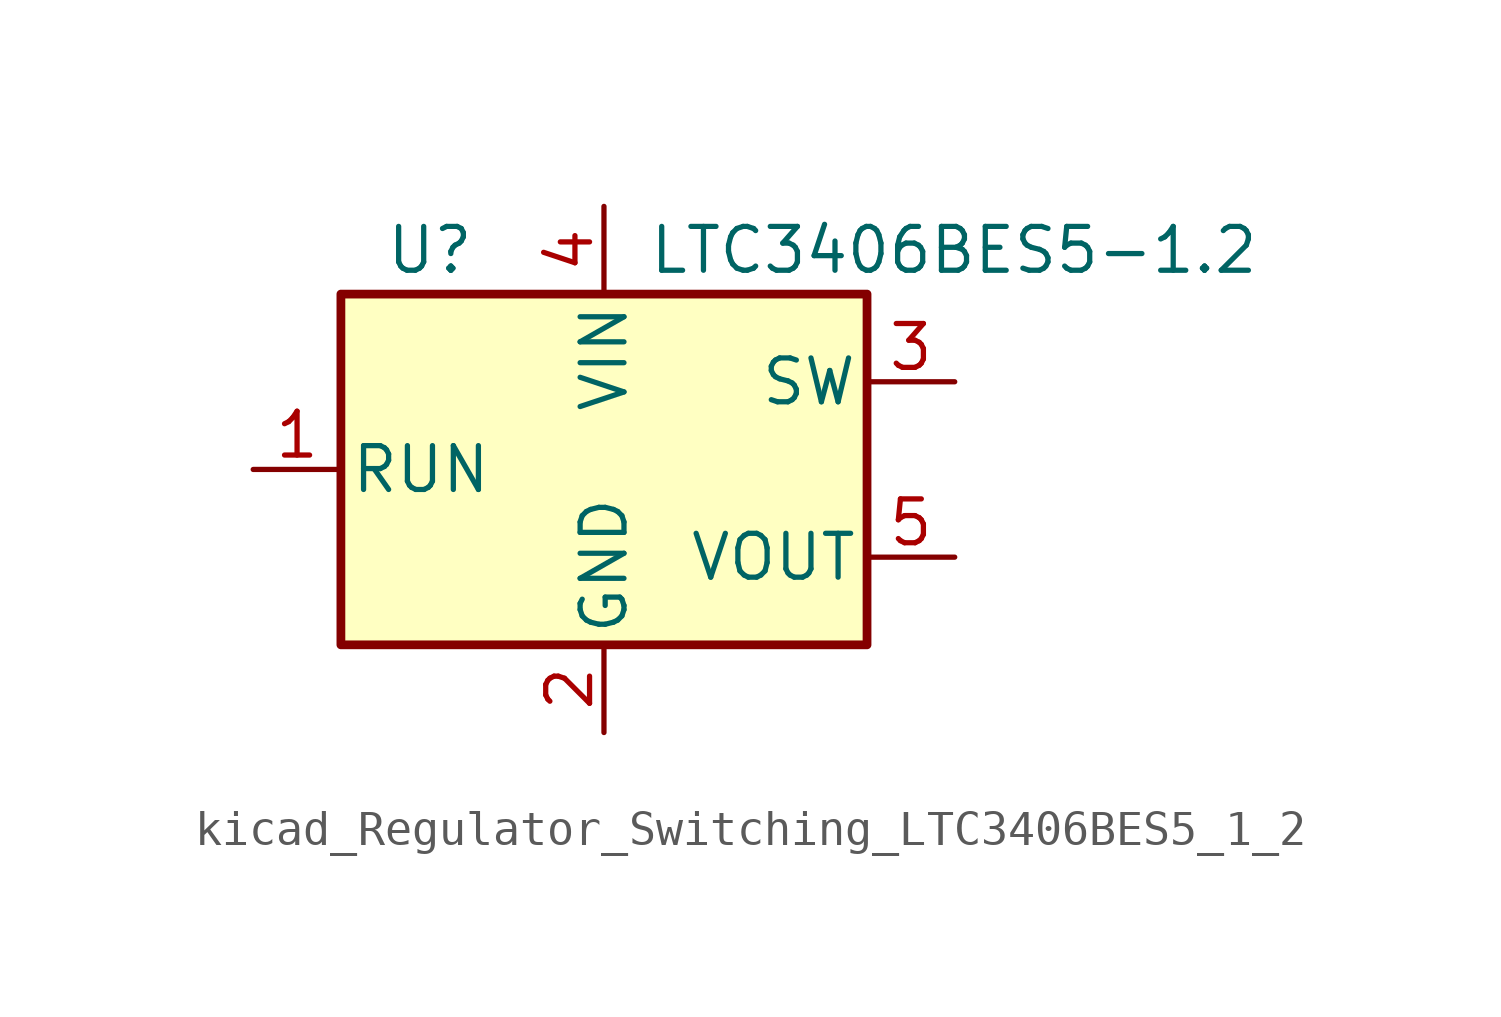
<source format=kicad_sym>
(kicad_symbol_lib
  (version 20220914)
  (generator kicad_symbol_editor)
  (symbol "kicad_Regulator_Switching_LTC3406BES5_1_2"
    (pin_names
      (offset 0.254))
    (property "Reference" "U"
      (at -6.35 6.35 0)
      (effects (font (size 1.27 1.27)) (justify left)))
    (property "Value" "LTC3406BES5-1.2"
      (at 1.27 6.35 0)
      (effects (font (size 1.27 1.27)) (justify left)))
    (symbol "kicad_Regulator_Switching_LTC3406BES5_1_2_0_1"
      (rectangle (start -7.62 5.08) (end 7.62 -5.08) (stroke (width 0.254) (type default)) (fill (type background))))
    (symbol "kicad_Regulator_Switching_LTC3406BES5_1_2_1_1"
      (pin input line (at -10.16 0 0) (length 2.54) (name "RUN" (effects (font (size 1.27 1.27)))) (number "1" (effects (font (size 1.27 1.27)))))
      (pin power_in line (at 0 -7.62 90) (length 2.54) (name "GND" (effects (font (size 1.27 1.27)))) (number "2" (effects (font (size 1.27 1.27)))))
      (pin output line (at 10.16 2.54 180) (length 2.54) (name "SW" (effects (font (size 1.27 1.27)))) (number "3" (effects (font (size 1.27 1.27)))))
      (pin power_in line (at 0 7.62 270) (length 2.54) (name "VIN" (effects (font (size 1.27 1.27)))) (number "4" (effects (font (size 1.27 1.27)))))
      (pin power_out line (at 10.16 -2.54 180) (length 2.54) (name "VOUT" (effects (font (size 1.27 1.27)))) (number "5" (effects (font (size 1.27 1.27))))))))
</source>
